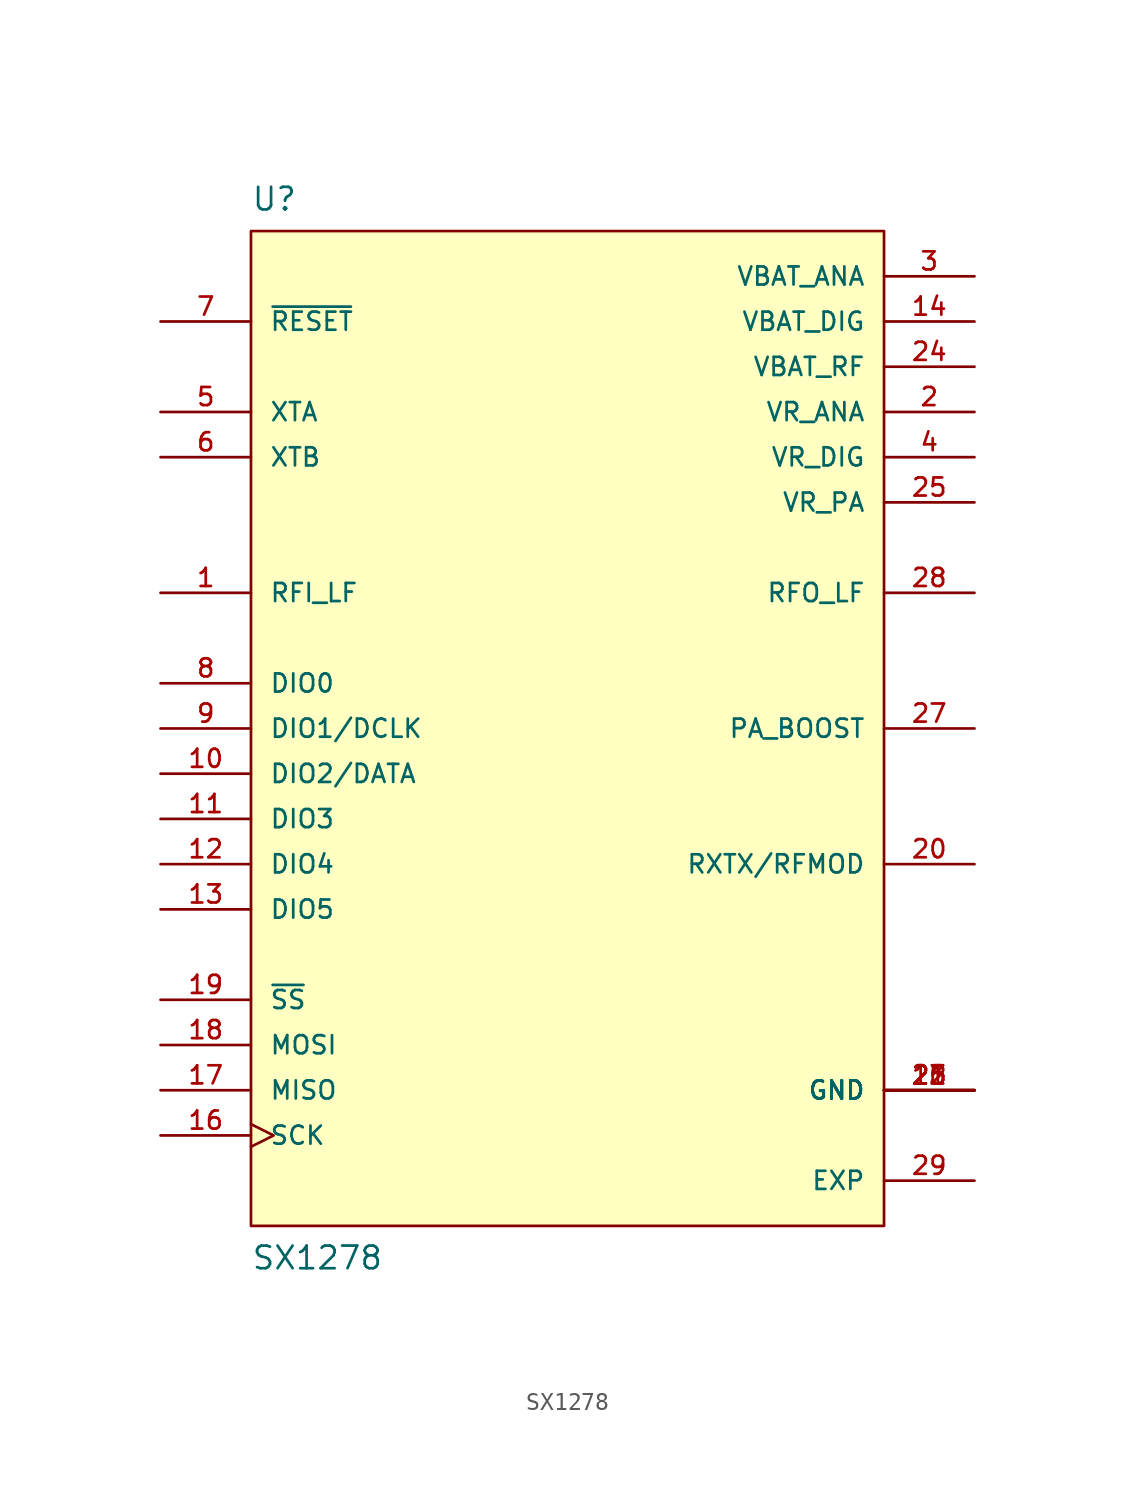
<source format=kicad_sym>
(kicad_symbol_lib
  (version 20211014)
  (generator kicad_symbol_editor)
  (symbol "SX1278"
    (pin_names
      (offset 1.016))
    (property "Reference" "U"
      (at -17.78 30.48 0)
      (effects (font (size 1.27 1.27)) (justify top left)))
    (property "Value" "SX1278"
      (at -17.78 -30.48 0)
      (effects (font (size 1.27 1.27)) (justify bottom left)))
    (symbol "SX1278_0_0"
      (rectangle (start -17.78 -27.94) (end 17.78 27.94) (stroke (width 0.152)) (fill (type background)))
      (pin input line (at -22.86 7.62 0) (length 5.08) (name "RFI_LF" (effects (font (size 1.016 1.016)))) (number "1" (effects (font (size 1.016 1.016)))))
      (pin power_in line (at 22.86 17.78 180.0) (length 5.08) (name "VR_ANA" (effects (font (size 1.016 1.016)))) (number "2" (effects (font (size 1.016 1.016)))))
      (pin power_in line (at 22.86 25.4 180.0) (length 5.08) (name "VBAT_ANA" (effects (font (size 1.016 1.016)))) (number "3" (effects (font (size 1.016 1.016)))))
      (pin power_in line (at 22.86 15.24 180.0) (length 5.08) (name "VR_DIG" (effects (font (size 1.016 1.016)))) (number "4" (effects (font (size 1.016 1.016)))))
      (pin bidirectional line (at -22.86 17.78 0) (length 5.08) (name "XTA" (effects (font (size 1.016 1.016)))) (number "5" (effects (font (size 1.016 1.016)))))
      (pin bidirectional line (at -22.86 15.24 0) (length 5.08) (name "XTB" (effects (font (size 1.016 1.016)))) (number "6" (effects (font (size 1.016 1.016)))))
      (pin bidirectional line (at -22.86 22.86 0) (length 5.08) (name "~{RESET}" (effects (font (size 1.016 1.016)))) (number "7" (effects (font (size 1.016 1.016)))))
      (pin bidirectional line (at -22.86 2.54 0) (length 5.08) (name "DIO0" (effects (font (size 1.016 1.016)))) (number "8" (effects (font (size 1.016 1.016)))))
      (pin bidirectional line (at -22.86 0.0 0) (length 5.08) (name "DIO1/DCLK" (effects (font (size 1.016 1.016)))) (number "9" (effects (font (size 1.016 1.016)))))
      (pin bidirectional line (at -22.86 -2.54 0) (length 5.08) (name "DIO2/DATA" (effects (font (size 1.016 1.016)))) (number "10" (effects (font (size 1.016 1.016)))))
      (pin bidirectional line (at -22.86 -5.08 0) (length 5.08) (name "DIO3" (effects (font (size 1.016 1.016)))) (number "11" (effects (font (size 1.016 1.016)))))
      (pin bidirectional line (at -22.86 -7.62 0) (length 5.08) (name "DIO4" (effects (font (size 1.016 1.016)))) (number "12" (effects (font (size 1.016 1.016)))))
      (pin bidirectional line (at -22.86 -10.16 0) (length 5.08) (name "DIO5" (effects (font (size 1.016 1.016)))) (number "13" (effects (font (size 1.016 1.016)))))
      (pin power_in line (at 22.86 22.86 180.0) (length 5.08) (name "VBAT_DIG" (effects (font (size 1.016 1.016)))) (number "14" (effects (font (size 1.016 1.016)))))
      (pin power_in line (at 22.86 -20.32 180.0) (length 5.08) (name "GND" (effects (font (size 1.016 1.016)))) (number "15" (effects (font (size 1.016 1.016)))))
      (pin power_in line (at 22.86 -20.32 180.0) (length 5.08) (name "GND" (effects (font (size 1.016 1.016)))) (number "21" (effects (font (size 1.016 1.016)))))
      (pin power_in line (at 22.86 -20.32 180.0) (length 5.08) (name "GND" (effects (font (size 1.016 1.016)))) (number "22" (effects (font (size 1.016 1.016)))))
      (pin power_in line (at 22.86 -20.32 180.0) (length 5.08) (name "GND" (effects (font (size 1.016 1.016)))) (number "23" (effects (font (size 1.016 1.016)))))
      (pin power_in line (at 22.86 -20.32 180.0) (length 5.08) (name "GND" (effects (font (size 1.016 1.016)))) (number "26" (effects (font (size 1.016 1.016)))))
      (pin input clock (at -22.86 -22.86 0) (length 5.08) (name "SCK" (effects (font (size 1.016 1.016)))) (number "16" (effects (font (size 1.016 1.016)))))
      (pin output line (at -22.86 -20.32 0) (length 5.08) (name "MISO" (effects (font (size 1.016 1.016)))) (number "17" (effects (font (size 1.016 1.016)))))
      (pin input line (at -22.86 -17.78 0) (length 5.08) (name "MOSI" (effects (font (size 1.016 1.016)))) (number "18" (effects (font (size 1.016 1.016)))))
      (pin input line (at -22.86 -15.24 0) (length 5.08) (name "~{SS}" (effects (font (size 1.016 1.016)))) (number "19" (effects (font (size 1.016 1.016)))))
      (pin output line (at 22.86 -7.62 180.0) (length 5.08) (name "RXTX/RFMOD" (effects (font (size 1.016 1.016)))) (number "20" (effects (font (size 1.016 1.016)))))
      (pin power_in line (at 22.86 20.32 180.0) (length 5.08) (name "VBAT_RF" (effects (font (size 1.016 1.016)))) (number "24" (effects (font (size 1.016 1.016)))))
      (pin power_in line (at 22.86 12.7 180.0) (length 5.08) (name "VR_PA" (effects (font (size 1.016 1.016)))) (number "25" (effects (font (size 1.016 1.016)))))
      (pin output line (at 22.86 0.0 180.0) (length 5.08) (name "PA_BOOST" (effects (font (size 1.016 1.016)))) (number "27" (effects (font (size 1.016 1.016)))))
      (pin output line (at 22.86 7.62 180.0) (length 5.08) (name "RFO_LF" (effects (font (size 1.016 1.016)))) (number "28" (effects (font (size 1.016 1.016)))))
      (pin power_in line (at 22.86 -25.4 180.0) (length 5.08) (name "EXP" (effects (font (size 1.016 1.016)))) (number "29" (effects (font (size 1.016 1.016))))))))
</source>
